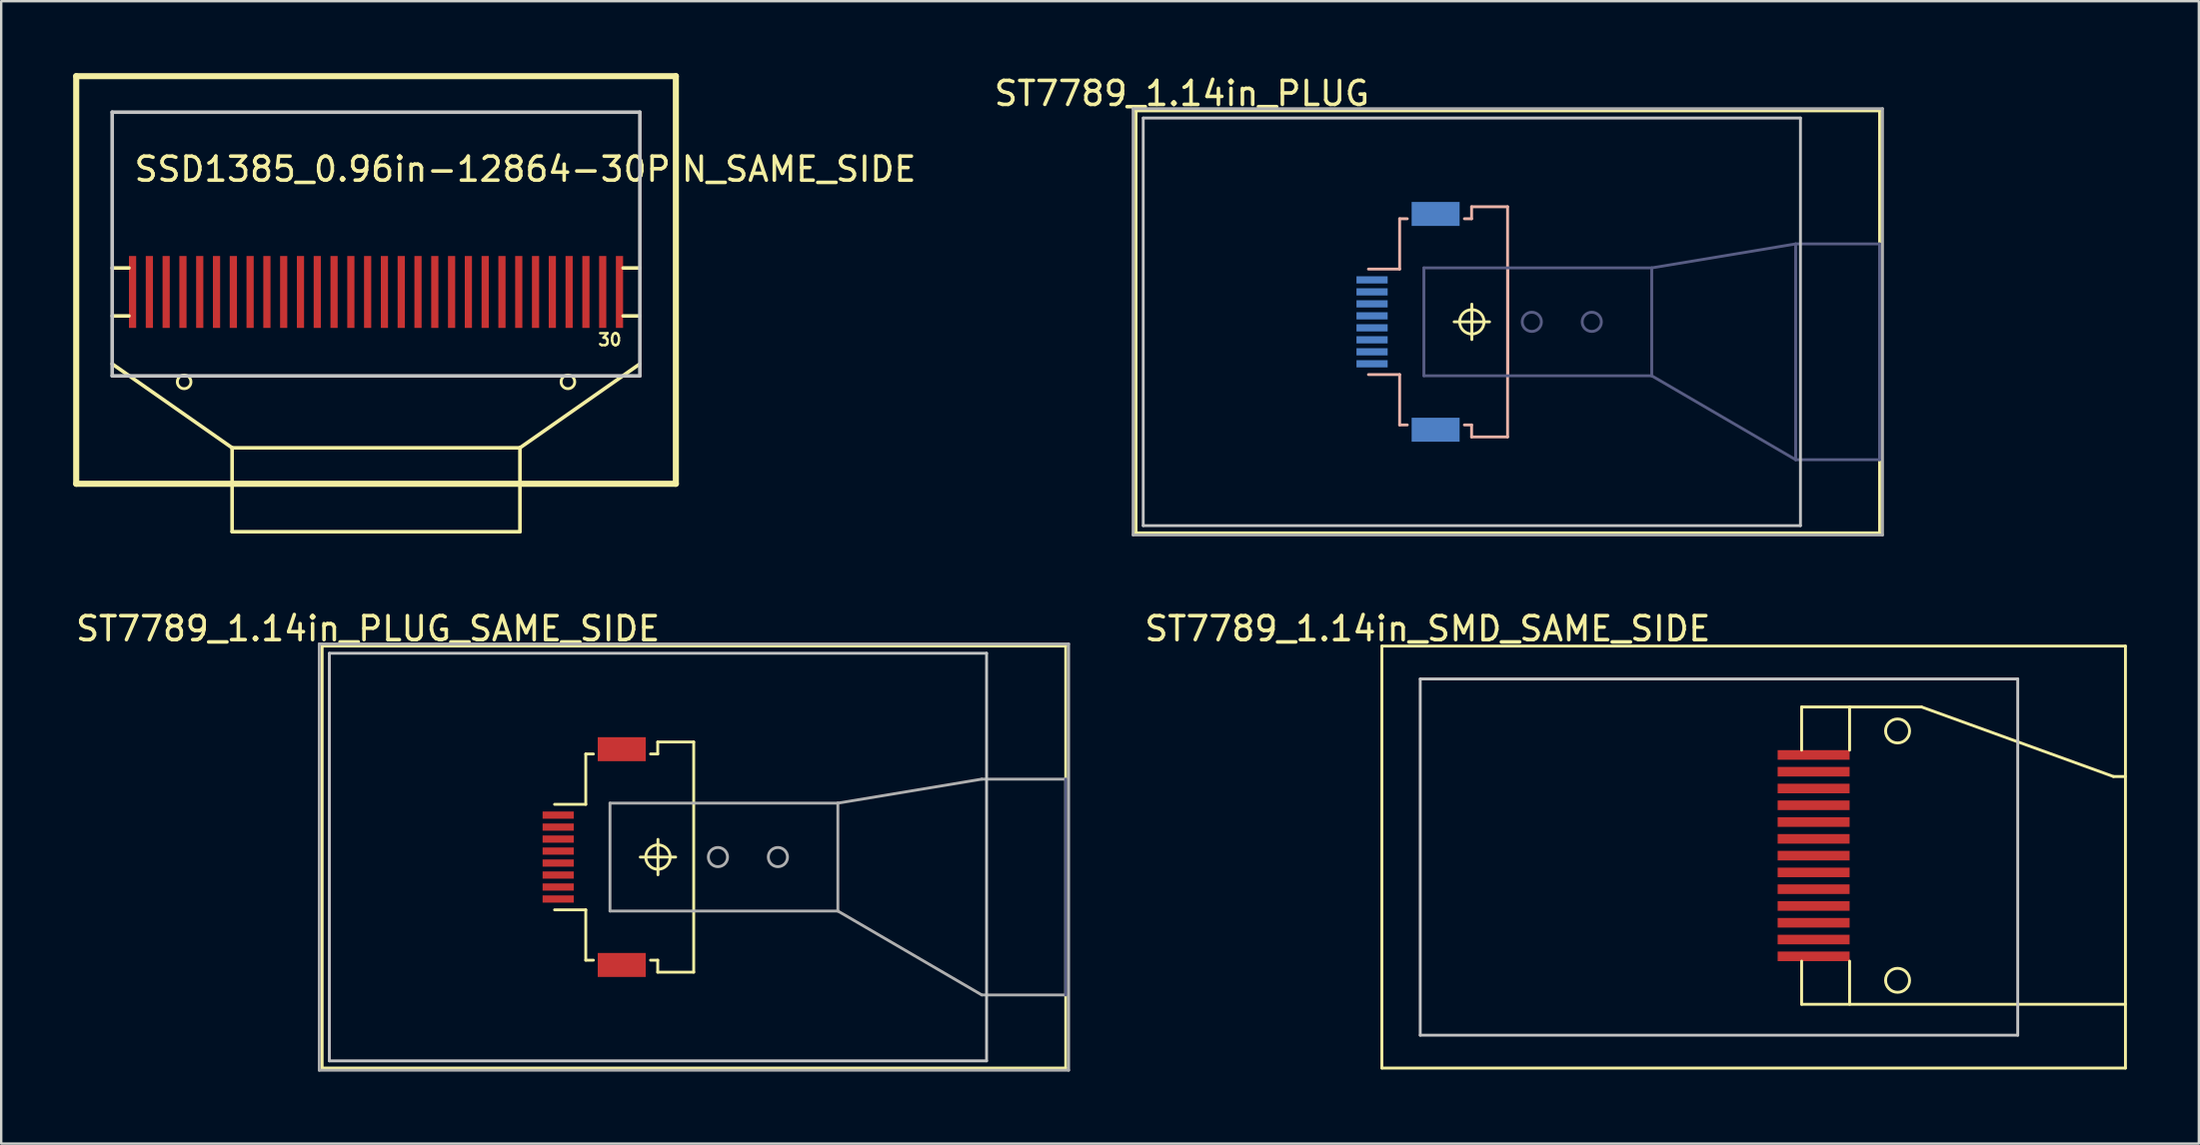
<source format=kicad_pcb>
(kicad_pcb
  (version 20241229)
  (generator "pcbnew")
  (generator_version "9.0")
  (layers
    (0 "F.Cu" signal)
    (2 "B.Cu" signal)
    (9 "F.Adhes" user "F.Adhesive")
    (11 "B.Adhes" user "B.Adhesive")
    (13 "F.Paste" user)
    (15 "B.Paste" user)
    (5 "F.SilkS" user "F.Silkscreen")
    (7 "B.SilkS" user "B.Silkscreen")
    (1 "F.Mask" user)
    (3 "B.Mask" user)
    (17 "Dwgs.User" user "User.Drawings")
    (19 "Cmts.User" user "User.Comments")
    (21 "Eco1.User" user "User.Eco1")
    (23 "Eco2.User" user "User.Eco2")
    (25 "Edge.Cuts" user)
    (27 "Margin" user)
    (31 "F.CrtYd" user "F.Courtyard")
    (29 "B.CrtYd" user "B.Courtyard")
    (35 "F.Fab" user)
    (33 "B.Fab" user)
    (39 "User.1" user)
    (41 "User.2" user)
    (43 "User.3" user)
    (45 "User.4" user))
  (footprint "ST7789_1.14in_SMD_SAME_SIDE"
    (layer "F.Cu")
    (at 70.061 32.697)
    (property "Reference" "ST7789_1.14in_SMD_SAME_SIDE" (at -13.589 -9.525 0) (layer "F.SilkS") (effects (font (size 1 1) (thickness 0.15))))
    (attr smd)
    (fp_line (start -15.5 -8.8) (end -15.5 8.8) (stroke (width 0.12) (type solid)) (layer "F.SilkS"))
    (fp_line (start -15.5 -8.8) (end 15.5 -8.8) (stroke (width 0.12) (type solid)) (layer "F.SilkS"))
    (fp_line (start -15.5 8.8) (end 15.5 8.8) (stroke (width 0.12) (type solid)) (layer "F.SilkS"))
    (fp_line (start 2 -6.26) (end 2 -4.46) (stroke (width 0.12) (type solid)) (layer "F.SilkS"))
    (fp_line (start 2 6.14) (end 2 4.34) (stroke (width 0.12) (type solid)) (layer "F.SilkS"))
    (fp_line (start 4 -6.26) (end 4 -4.46) (stroke (width 0.12) (type solid)) (layer "F.SilkS"))
    (fp_line (start 4 6.14) (end 4 4.34) (stroke (width 0.12) (type solid)) (layer "F.SilkS"))
    (fp_line (start 7 -6.26) (end 2 -6.26) (stroke (width 0.12) (type solid)) (layer "F.SilkS"))
    (fp_line (start 7 -6.26) (end 15 -3.36) (stroke (width 0.12) (type solid)) (layer "F.SilkS"))
    (fp_line (start 15 -3.36) (end 15.494 -3.36) (stroke (width 0.12) (type solid)) (layer "F.SilkS"))
    (fp_line (start 15.5 -8.8) (end 15.5 8.8) (stroke (width 0.12) (type solid)) (layer "F.SilkS"))
    (fp_line (start 15.5 6.14) (end 2 6.14) (stroke (width 0.12) (type solid)) (layer "F.SilkS"))
    (fp_circle (center 6 -5.26) (end 6.5 -5.26) (stroke (width 0.12) (type solid)) (fill no) (layer "F.SilkS"))
    (fp_circle (center 6 5.14) (end 6.5 5.14) (stroke (width 0.12) (type solid)) (fill no) (layer "F.SilkS"))
    (fp_line (start -13.9 -7.43) (end -13.9 7.43) (stroke (width 0.12) (type solid)) (layer "Dwgs.User"))
    (fp_line (start -13.9 -7.43) (end 11.01 -7.43) (stroke (width 0.12) (type solid)) (layer "Dwgs.User"))
    (fp_line (start -13.9 7.43) (end 11.01 7.43) (stroke (width 0.12) (type solid)) (layer "Dwgs.User"))
    (fp_line (start 11.01 -7.43) (end 11.01 7.43) (stroke (width 0.12) (type solid)) (layer "Dwgs.User"))
    (pad "1" smd rect (at 2.5 -4.26 90) (size 0.4 3) (layers "F.Cu" "F.Paste"))
    (pad "2" smd rect (at 2.5 -3.56 90) (size 0.4 3) (layers "F.Cu" "F.Paste"))
    (pad "3" smd rect (at 2.5 -2.86 90) (size 0.4 3) (layers "F.Cu" "F.Paste"))
    (pad "4" smd rect (at 2.5 -2.16 90) (size 0.4 3) (layers "F.Cu" "F.Paste"))
    (pad "5" smd rect (at 2.5 -1.46 90) (size 0.4 3) (layers "F.Cu" "F.Paste"))
    (pad "6" smd rect (at 2.5 -0.76 90) (size 0.4 3) (layers "F.Cu" "F.Paste"))
    (pad "7" smd rect (at 2.5 -0.06 90) (size 0.4 3) (layers "F.Cu" "F.Paste"))
    (pad "8" smd rect (at 2.5 0.64 90) (size 0.4 3) (layers "F.Cu" "F.Paste"))
    (pad "9" smd rect (at 2.5 1.34 90) (size 0.4 3) (layers "F.Cu" "F.Paste"))
    (pad "10" smd rect (at 2.5 2.04 90) (size 0.4 3) (layers "F.Cu" "F.Paste"))
    (pad "11" smd rect (at 2.5 2.74 90) (size 0.4 3) (layers "F.Cu" "F.Paste"))
    (pad "12" smd rect (at 2.5 3.44 90) (size 0.4 3) (layers "F.Cu" "F.Paste"))
    (pad "13" smd rect (at 2.5 4.14 90) (size 0.4 3) (layers "F.Cu" "F.Paste")))
  (footprint "ST7789_1.14in_PLUG"
    (layer "F.Cu")
    (at 59.812 10.373)
    (property "Reference" "ST7789_1.14in_PLUG" (at -13.589 -9.525 0) (layer "F.SilkS") (effects (font (size 1 1) (thickness 0.15))))
    (attr smd)
    (fp_line (start -15.5 -8.8) (end -15.5 8.8) (stroke (width 0.12) (type solid)) (layer "F.SilkS"))
    (fp_line (start -15.5 -8.8) (end 15.5 -8.8) (stroke (width 0.12) (type solid)) (layer "F.SilkS"))
    (fp_line (start -15.5 8.8) (end 15.5 8.8) (stroke (width 0.12) (type solid)) (layer "F.SilkS"))
    (fp_line (start -2.238 0) (end -1.5 0) (stroke (width 0.12) (type solid)) (layer "F.SilkS"))
    (fp_line (start -1.5 -0.738) (end -1.5 0) (stroke (width 0.12) (type solid)) (layer "F.SilkS"))
    (fp_line (start -1.5 0) (end -0.762 0) (stroke (width 0.12) (type solid)) (layer "F.SilkS"))
    (fp_line (start -1.5 0.738) (end -1.5 0) (stroke (width 0.12) (type solid)) (layer "F.SilkS"))
    (fp_line (start 15.5 -8.8) (end 15.5 8.8) (stroke (width 0.12) (type solid)) (layer "F.SilkS"))
    (fp_circle (center -1.5 0) (end -0.992 0) (stroke (width 0.12) (type solid)) (fill no) (layer "F.SilkS"))
    (fp_line (start -4.51 -4.3) (end -4.191 -4.3) (stroke (width 0.12) (type solid)) (layer "B.SilkS"))
    (fp_line (start -4.51 -2.2) (end -5.81 -2.2) (stroke (width 0.12) (type solid)) (layer "B.SilkS"))
    (fp_line (start -4.51 -2.2) (end -4.51 -4.3) (stroke (width 0.12) (type solid)) (layer "B.SilkS"))
    (fp_line (start -4.51 2.2) (end -5.81 2.2) (stroke (width 0.12) (type solid)) (layer "B.SilkS"))
    (fp_line (start -4.51 2.2) (end -4.51 4.3) (stroke (width 0.12) (type solid)) (layer "B.SilkS"))
    (fp_line (start -4.51 4.3) (end -4.191 4.3) (stroke (width 0.12) (type solid)) (layer "B.SilkS"))
    (fp_line (start -1.81 -4.3) (end -1.51 -4.3) (stroke (width 0.12) (type solid)) (layer "B.SilkS"))
    (fp_line (start -1.81 4.3) (end -1.51 4.3) (stroke (width 0.12) (type solid)) (layer "B.SilkS"))
    (fp_line (start -1.51 -4.8) (end -0.01 -4.8) (stroke (width 0.12) (type solid)) (layer "B.SilkS"))
    (fp_line (start -1.51 -4.3) (end -1.51 -4.8) (stroke (width 0.12) (type solid)) (layer "B.SilkS"))
    (fp_line (start -1.51 4.8) (end -1.51 4.3) (stroke (width 0.12) (type solid)) (layer "B.SilkS"))
    (fp_line (start -1.51 4.8) (end -0.01 4.8) (stroke (width 0.12) (type solid)) (layer "B.SilkS"))
    (fp_line (start -0.01 4.8) (end -0.01 -4.8) (stroke (width 0.12) (type solid)) (layer "B.SilkS"))
    (fp_line (start 0 -2.25) (end 0 2.25) (stroke (width 0.12) (type solid)) (layer "B.SilkS"))
    (fp_line (start -15.2 -8.5) (end 12.2 -8.5) (stroke (width 0.12) (type solid)) (layer "Dwgs.User"))
    (fp_line (start -15.2 8.5) (end -15.2 -8.5) (stroke (width 0.12) (type solid)) (layer "Dwgs.User"))
    (fp_line (start 12.2 -8.5) (end 12.2 8.5) (stroke (width 0.12) (type solid)) (layer "Dwgs.User"))
    (fp_line (start 12.2 8.5) (end -15.2 8.5) (stroke (width 0.12) (type solid)) (layer "Dwgs.User"))
    (fp_line (start -3.5 -2.25) (end -3.5 2.25) (stroke (width 0.12) (type solid)) (layer "B.Fab"))
    (fp_line (start -3.5 -2.25) (end 6 -2.25) (stroke (width 0.12) (type solid)) (layer "B.Fab"))
    (fp_line (start -3.5 2.25) (end 6 2.25) (stroke (width 0.12) (type solid)) (layer "B.Fab"))
    (fp_line (start 6 -2.25) (end 6 2.25) (stroke (width 0.12) (type solid)) (layer "B.Fab"))
    (fp_line (start 6 -2.25) (end 12 -3.25) (stroke (width 0.12) (type solid)) (layer "B.Fab"))
    (fp_line (start 6 2.25) (end 12 5.75) (stroke (width 0.12) (type solid)) (layer "B.Fab"))
    (fp_line (start 12 -3.25) (end 12 5.75) (stroke (width 0.12) (type solid)) (layer "B.Fab"))
    (fp_line (start 12 -3.25) (end 15.5 -3.25) (stroke (width 0.12) (type solid)) (layer "B.Fab"))
    (fp_line (start 12 5.75) (end 15.5 5.75) (stroke (width 0.12) (type solid)) (layer "B.Fab"))
    (fp_line (start 15.5 -3.25) (end 15.5 5.75) (stroke (width 0.12) (type solid)) (layer "B.Fab"))
    (fp_circle (center 1 0) (end 1.4 0) (stroke (width 0.12) (type solid)) (fill no) (layer "B.Fab"))
    (fp_circle (center 3.5 0) (end 3.9 0) (stroke (width 0.12) (type solid)) (fill no) (layer "B.Fab"))
    (fp_line (start -15.621 -8.89) (end 15.621 -8.89) (stroke (width 0.12) (type solid)) (layer "F.Fab"))
    (fp_line (start -15.621 8.89) (end -15.621 -8.89) (stroke (width 0.12) (type solid)) (layer "F.Fab"))
    (fp_line (start 15.621 -8.89) (end 15.621 8.89) (stroke (width 0.12) (type solid)) (layer "F.Fab"))
    (fp_line (start 15.621 8.89) (end -15.621 8.89) (stroke (width 0.12) (type solid)) (layer "F.Fab"))
    (pad "1" smd rect (at -5.66 1.75 90) (size 0.3 1.3) (layers "B.Cu" "B.Mask" "B.Paste"))
    (pad "2" smd rect (at -5.66 1.25 90) (size 0.3 1.3) (layers "B.Cu" "B.Mask" "B.Paste"))
    (pad "3" smd rect (at -5.66 0.75 90) (size 0.3 1.3) (layers "B.Cu" "B.Mask" "B.Paste"))
    (pad "4" smd rect (at -5.66 0.25 90) (size 0.3 1.3) (layers "B.Cu" "B.Mask" "B.Paste"))
    (pad "5" smd rect (at -5.66 -0.25 90) (size 0.3 1.3) (layers "B.Cu" "B.Mask" "B.Paste"))
    (pad "6" smd rect (at -5.66 -0.75 90) (size 0.3 1.3) (layers "B.Cu" "B.Mask" "B.Paste"))
    (pad "7" smd rect (at -5.66 -1.25 90) (size 0.3 1.3) (layers "B.Cu" "B.Mask" "B.Paste"))
    (pad "8" smd rect (at -5.66 -1.75 90) (size 0.3 1.3) (layers "B.Cu" "B.Mask" "B.Paste"))
    (pad "MP" smd rect (at -3.01 -4.5 90) (size 1 2) (layers "B.Cu" "B.Mask" "B.Paste"))
    (pad "MP" smd rect (at -3.01 4.5 90) (size 1 2) (layers "B.Cu" "B.Mask" "B.Paste")))
  (footprint "ST7789_1.14in_PLUG_SAME_SIDE"
    (layer "F.Cu")
    (at 25.881 32.697)
    (property "Reference" "ST7789_1.14in_PLUG_SAME_SIDE" (at -13.589 -9.525 0) (layer "F.SilkS") (effects (font (size 1 1) (thickness 0.15))))
    (attr smd)
    (fp_line (start -15.5 -8.8) (end -15.5 8.8) (stroke (width 0.12) (type solid)) (layer "F.SilkS"))
    (fp_line (start -15.5 -8.8) (end 15.5 -8.8) (stroke (width 0.12) (type solid)) (layer "F.SilkS"))
    (fp_line (start -15.5 8.8) (end 15.5 8.8) (stroke (width 0.12) (type solid)) (layer "F.SilkS"))
    (fp_line (start -4.51 -4.3) (end -4.191 -4.3) (stroke (width 0.12) (type solid)) (layer "F.SilkS"))
    (fp_line (start -4.51 -2.2) (end -5.81 -2.2) (stroke (width 0.12) (type solid)) (layer "F.SilkS"))
    (fp_line (start -4.51 -2.2) (end -4.51 -4.3) (stroke (width 0.12) (type solid)) (layer "F.SilkS"))
    (fp_line (start -4.51 2.2) (end -5.81 2.2) (stroke (width 0.12) (type solid)) (layer "F.SilkS"))
    (fp_line (start -4.51 2.2) (end -4.51 4.3) (stroke (width 0.12) (type solid)) (layer "F.SilkS"))
    (fp_line (start -4.51 4.3) (end -4.191 4.3) (stroke (width 0.12) (type solid)) (layer "F.SilkS"))
    (fp_line (start -2.238 0) (end -1.5 0) (stroke (width 0.12) (type solid)) (layer "F.SilkS"))
    (fp_line (start -1.81 -4.3) (end -1.51 -4.3) (stroke (width 0.12) (type solid)) (layer "F.SilkS"))
    (fp_line (start -1.81 4.3) (end -1.51 4.3) (stroke (width 0.12) (type solid)) (layer "F.SilkS"))
    (fp_line (start -1.51 -4.8) (end -0.01 -4.8) (stroke (width 0.12) (type solid)) (layer "F.SilkS"))
    (fp_line (start -1.51 -4.3) (end -1.51 -4.8) (stroke (width 0.12) (type solid)) (layer "F.SilkS"))
    (fp_line (start -1.51 4.8) (end -1.51 4.3) (stroke (width 0.12) (type solid)) (layer "F.SilkS"))
    (fp_line (start -1.51 4.8) (end -0.01 4.8) (stroke (width 0.12) (type solid)) (layer "F.SilkS"))
    (fp_line (start -1.5 -0.738) (end -1.5 0) (stroke (width 0.12) (type solid)) (layer "F.SilkS"))
    (fp_line (start -1.5 0) (end -0.762 0) (stroke (width 0.12) (type solid)) (layer "F.SilkS"))
    (fp_line (start -1.5 0.738) (end -1.5 0) (stroke (width 0.12) (type solid)) (layer "F.SilkS"))
    (fp_line (start -0.01 4.8) (end -0.01 -4.8) (stroke (width 0.12) (type solid)) (layer "F.SilkS"))
    (fp_line (start 15.5 -8.8) (end 15.5 8.8) (stroke (width 0.12) (type solid)) (layer "F.SilkS"))
    (fp_circle (center -1.5 0) (end -0.992 0) (stroke (width 0.12) (type solid)) (fill no) (layer "F.SilkS"))
    (fp_line (start -15.2 -8.5) (end 12.2 -8.5) (stroke (width 0.12) (type solid)) (layer "Dwgs.User"))
    (fp_line (start -15.2 8.5) (end -15.2 -8.5) (stroke (width 0.12) (type solid)) (layer "Dwgs.User"))
    (fp_line (start 12.2 -8.5) (end 12.2 8.5) (stroke (width 0.12) (type solid)) (layer "Dwgs.User"))
    (fp_line (start 12.2 8.5) (end -15.2 8.5) (stroke (width 0.12) (type solid)) (layer "Dwgs.User"))
    (fp_line (start 15.5 -3.25) (end 15.5 5.75) (stroke (width 0.12) (type solid)) (layer "B.Fab"))
    (fp_line (start -15.621 -8.89) (end 15.621 -8.89) (stroke (width 0.12) (type solid)) (layer "F.Fab"))
    (fp_line (start -15.621 8.89) (end -15.621 -8.89) (stroke (width 0.12) (type solid)) (layer "F.Fab"))
    (fp_line (start -3.5 -2.25) (end -3.5 2.25) (stroke (width 0.12) (type solid)) (layer "F.Fab"))
    (fp_line (start -3.5 -2.25) (end 6 -2.25) (stroke (width 0.12) (type solid)) (layer "F.Fab"))
    (fp_line (start -3.5 2.25) (end 6 2.25) (stroke (width 0.12) (type solid)) (layer "F.Fab"))
    (fp_line (start 6 -2.25) (end 6 2.25) (stroke (width 0.12) (type solid)) (layer "F.Fab"))
    (fp_line (start 6 -2.25) (end 12 -3.25) (stroke (width 0.12) (type solid)) (layer "F.Fab"))
    (fp_line (start 6 2.25) (end 12 5.75) (stroke (width 0.12) (type solid)) (layer "F.Fab"))
    (fp_line (start 12 -3.25) (end 15.5 -3.25) (stroke (width 0.12) (type solid)) (layer "F.Fab"))
    (fp_line (start 12 5.75) (end 15.5 5.75) (stroke (width 0.12) (type solid)) (layer "F.Fab"))
    (fp_line (start 15.621 -8.89) (end 15.621 8.89) (stroke (width 0.12) (type solid)) (layer "F.Fab"))
    (fp_line (start 15.621 8.89) (end -15.621 8.89) (stroke (width 0.12) (type solid)) (layer "F.Fab"))
    (fp_circle (center 1 0) (end 1.4 0) (stroke (width 0.12) (type solid)) (fill no) (layer "F.Fab"))
    (fp_circle (center 3.5 0) (end 3.9 0) (stroke (width 0.12) (type solid)) (fill no) (layer "F.Fab"))
    (pad "1" smd rect (at -5.66 1.75 90) (size 0.3 1.3) (layers "F.Cu" "F.Mask" "F.Paste"))
    (pad "2" smd rect (at -5.66 1.25 90) (size 0.3 1.3) (layers "F.Cu" "F.Mask" "F.Paste"))
    (pad "3" smd rect (at -5.66 0.75 90) (size 0.3 1.3) (layers "F.Cu" "F.Mask" "F.Paste"))
    (pad "4" smd rect (at -5.66 0.25 90) (size 0.3 1.3) (layers "F.Cu" "F.Mask" "F.Paste"))
    (pad "5" smd rect (at -5.66 -0.25 90) (size 0.3 1.3) (layers "F.Cu" "F.Mask" "F.Paste"))
    (pad "6" smd rect (at -5.66 -0.75 90) (size 0.3 1.3) (layers "F.Cu" "F.Mask" "F.Paste"))
    (pad "7" smd rect (at -5.66 -1.25 90) (size 0.3 1.3) (layers "F.Cu" "F.Mask" "F.Paste"))
    (pad "8" smd rect (at -5.66 -1.75 90) (size 0.3 1.3) (layers "F.Cu" "F.Mask" "F.Paste"))
    (pad "MP" smd rect (at -3.01 -4.5 90) (size 1 2) (layers "F.Cu" "F.Mask" "F.Paste"))
    (pad "MP" smd rect (at -3.01 4.5 90) (size 1 2) (layers "F.Cu" "F.Mask" "F.Paste")))
  (footprint "SSD1385_0.96in-12864-30PIN_SAME_SIDE"
    (layer "F.Cu")
    (at 12.627 11.627)
    (property "Reference" "SSD1385_0.96in-12864-30PIN_SAME_SIDE" (at -10.16 -7.62 0) (layer "F.SilkS") (effects (font (size 1 1) (thickness 0.15)) (justify left)))
    (attr through_hole)
    (fp_line (start -12.5 -11.5) (end -12.5 5.5) (stroke (width 0.254) (type solid)) (layer "F.SilkS"))
    (fp_line (start -12.5 -11.5) (end 12.5 -11.5) (stroke (width 0.254) (type solid)) (layer "F.SilkS"))
    (fp_line (start -12.5 5.5) (end 12.5 5.5) (stroke (width 0.254) (type solid)) (layer "F.SilkS"))
    (fp_line (start -11 -3.5) (end -10.3 -3.5) (stroke (width 0.15) (type solid)) (layer "F.SilkS"))
    (fp_line (start -11 -1.5) (end -10.3 -1.5) (stroke (width 0.15) (type solid)) (layer "F.SilkS"))
    (fp_line (start -11 0.5) (end -6 4) (stroke (width 0.15) (type solid)) (layer "F.SilkS"))
    (fp_line (start -6 4) (end -6 7.5) (stroke (width 0.15) (type solid)) (layer "F.SilkS"))
    (fp_line (start -6 4) (end 6 4) (stroke (width 0.15) (type solid)) (layer "F.SilkS"))
    (fp_line (start -6 7.5) (end 6 7.5) (stroke (width 0.15) (type solid)) (layer "F.SilkS"))
    (fp_line (start 6 4) (end 6 7.5) (stroke (width 0.15) (type solid)) (layer "F.SilkS"))
    (fp_line (start 11 -3.5) (end 10.3 -3.5) (stroke (width 0.15) (type solid)) (layer "F.SilkS"))
    (fp_line (start 11 -1.5) (end 10.3 -1.5) (stroke (width 0.15) (type solid)) (layer "F.SilkS"))
    (fp_line (start 11 0.5) (end 6 4) (stroke (width 0.15) (type solid)) (layer "F.SilkS"))
    (fp_line (start 12.5 -11.5) (end 12.5 5.5) (stroke (width 0.254) (type solid)) (layer "F.SilkS"))
    (fp_circle (center -8 1.25) (end -7.716 1.25) (stroke (width 0.12) (type solid)) (fill no) (layer "F.SilkS"))
    (fp_circle (center 8 1.25) (end 8.284 1.25) (stroke (width 0.12) (type solid)) (fill no) (layer "F.SilkS"))
    (fp_line (start -11 -10) (end 11 -10) (stroke (width 0.15) (type solid)) (layer "Dwgs.User"))
    (fp_line (start -11 1) (end -11 -10) (stroke (width 0.15) (type solid)) (layer "Dwgs.User"))
    (fp_line (start 11 -10) (end 11 1) (stroke (width 0.15) (type solid)) (layer "Dwgs.User"))
    (fp_line (start 11 1) (end -11 1) (stroke (width 0.15) (type solid)) (layer "Dwgs.User"))
    (fp_text user "30" (at 10.287 -0.508 180) (layer "F.SilkS") (effects (font (size 0.5 0.5) (thickness 0.1)) (justify right)))
    (pad "1" smd rect (at -10.15 -2.5 270) (size 3 0.3) (layers "F.Cu" "F.Mask" "F.Paste"))
    (pad "2" smd rect (at -9.45 -2.5 270) (size 3 0.3) (layers "F.Cu" "F.Mask" "F.Paste"))
    (pad "3" smd rect (at -8.75 -2.5 270) (size 3 0.3) (layers "F.Cu" "F.Mask" "F.Paste"))
    (pad "4" smd rect (at -8.05 -2.5 270) (size 3 0.3) (layers "F.Cu" "F.Mask" "F.Paste"))
    (pad "5" smd rect (at -7.35 -2.5 270) (size 3 0.3) (layers "F.Cu" "F.Mask" "F.Paste"))
    (pad "6" smd rect (at -6.65 -2.5 270) (size 3 0.3) (layers "F.Cu" "F.Mask" "F.Paste"))
    (pad "7" smd rect (at -5.95 -2.5 270) (size 3 0.3) (layers "F.Cu" "F.Mask" "F.Paste"))
    (pad "8" smd rect (at -5.25 -2.5 270) (size 3 0.3) (layers "F.Cu" "F.Mask" "F.Paste"))
    (pad "9" smd rect (at -4.55 -2.5 270) (size 3 0.3) (layers "F.Cu" "F.Mask" "F.Paste"))
    (pad "10" smd rect (at -3.85 -2.5 270) (size 3 0.3) (layers "F.Cu" "F.Mask" "F.Paste"))
    (pad "11" smd rect (at -3.15 -2.5 270) (size 3 0.3) (layers "F.Cu" "F.Mask" "F.Paste"))
    (pad "12" smd rect (at -2.45 -2.5 270) (size 3 0.3) (layers "F.Cu" "F.Mask" "F.Paste"))
    (pad "13" smd rect (at -1.75 -2.5 270) (size 3 0.3) (layers "F.Cu" "F.Mask" "F.Paste"))
    (pad "14" smd rect (at -1.05 -2.5 270) (size 3 0.3) (layers "F.Cu" "F.Mask" "F.Paste"))
    (pad "15" smd rect (at -0.35 -2.5 270) (size 3 0.3) (layers "F.Cu" "F.Mask" "F.Paste"))
    (pad "16" smd rect (at 0.35 -2.5 270) (size 3 0.3) (layers "F.Cu" "F.Mask" "F.Paste"))
    (pad "17" smd rect (at 1.05 -2.5 270) (size 3 0.3) (layers "F.Cu" "F.Mask" "F.Paste"))
    (pad "18" smd rect (at 1.75 -2.5 270) (size 3 0.3) (layers "F.Cu" "F.Mask" "F.Paste"))
    (pad "19" smd rect (at 2.45 -2.5 270) (size 3 0.3) (layers "F.Cu" "F.Mask" "F.Paste"))
    (pad "20" smd rect (at 3.15 -2.5 270) (size 3 0.3) (layers "F.Cu" "F.Mask" "F.Paste"))
    (pad "21" smd rect (at 3.85 -2.5 270) (size 3 0.3) (layers "F.Cu" "F.Mask" "F.Paste"))
    (pad "22" smd rect (at 4.55 -2.5 270) (size 3 0.3) (layers "F.Cu" "F.Mask" "F.Paste"))
    (pad "23" smd rect (at 5.25 -2.5 270) (size 3 0.3) (layers "F.Cu" "F.Mask" "F.Paste"))
    (pad "24" smd rect (at 5.95 -2.5 270) (size 3 0.3) (layers "F.Cu" "F.Mask" "F.Paste"))
    (pad "25" smd rect (at 6.65 -2.5 270) (size 3 0.3) (layers "F.Cu" "F.Mask" "F.Paste"))
    (pad "26" smd rect (at 7.35 -2.5 270) (size 3 0.3) (layers "F.Cu" "F.Mask" "F.Paste"))
    (pad "27" smd rect (at 8.05 -2.5 270) (size 3 0.3) (layers "F.Cu" "F.Mask" "F.Paste"))
    (pad "28" smd rect (at 8.75 -2.5 270) (size 3 0.3) (layers "F.Cu" "F.Mask" "F.Paste"))
    (pad "29" smd rect (at 9.45 -2.5 270) (size 3 0.3) (layers "F.Cu" "F.Mask" "F.Paste"))
    (pad "30" smd rect (at 10.15 -2.5 270) (size 3 0.3) (layers "F.Cu" "F.Mask" "F.Paste")))
  (gr_rect
    (start -3 -3)
    (end 88.621 44.647)
    (stroke (width 0.1) (type default))
    (fill no)
    (layer "Edge.Cuts")))
</source>
